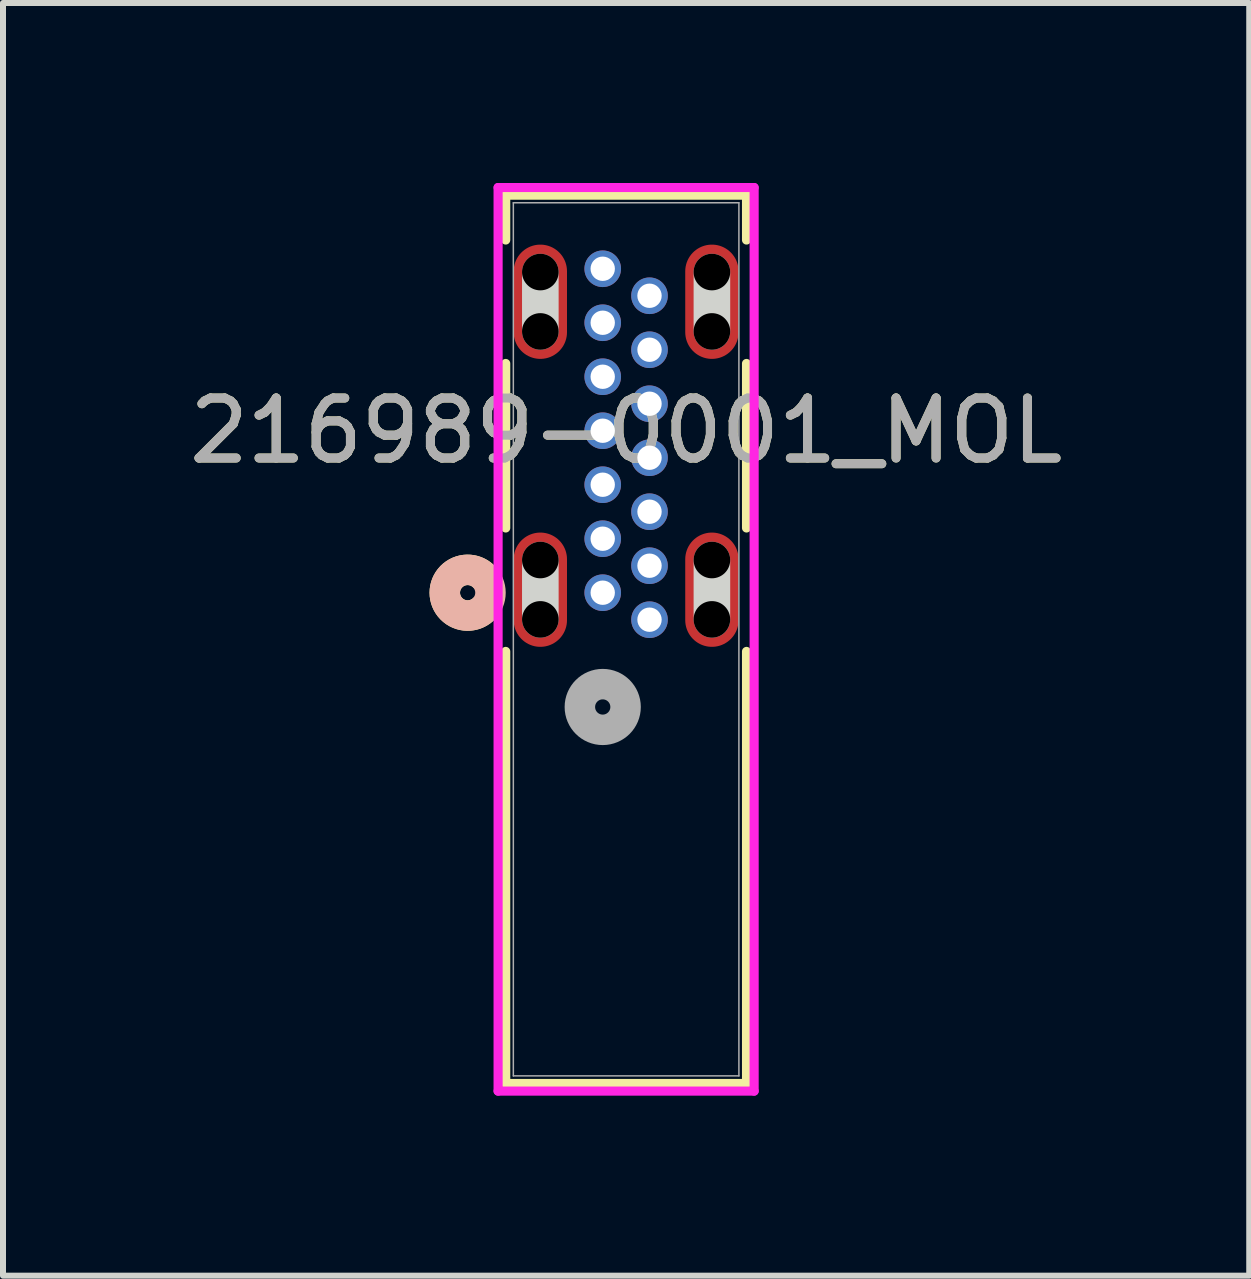
<source format=kicad_pcb>
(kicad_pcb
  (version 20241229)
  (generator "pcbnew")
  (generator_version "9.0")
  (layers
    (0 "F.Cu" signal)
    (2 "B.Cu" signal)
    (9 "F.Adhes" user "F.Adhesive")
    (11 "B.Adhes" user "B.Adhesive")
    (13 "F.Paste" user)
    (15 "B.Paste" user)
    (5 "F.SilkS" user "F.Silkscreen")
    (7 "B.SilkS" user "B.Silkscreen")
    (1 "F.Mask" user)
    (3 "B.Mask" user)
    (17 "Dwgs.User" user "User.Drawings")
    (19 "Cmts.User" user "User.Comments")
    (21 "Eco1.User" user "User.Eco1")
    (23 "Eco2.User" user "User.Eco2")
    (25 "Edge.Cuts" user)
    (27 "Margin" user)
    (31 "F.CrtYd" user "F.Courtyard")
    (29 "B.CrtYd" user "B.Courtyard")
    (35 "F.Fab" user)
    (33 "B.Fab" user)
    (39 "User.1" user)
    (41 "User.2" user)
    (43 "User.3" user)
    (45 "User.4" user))
  (footprint "216989-0001_MOL"
    (layer "F.Cu")
    (at 6.997 6.83)
    (property "Reference" "216989-0001_MOL" (at 0.39 -2.7 0) (unlocked yes) (layer "F.SilkS") (effects (font (size 1 1) (thickness 0.15))))
    (attr through_hole)
    (fp_line (start -1.617 -6.627) (end -1.617 -5.879) (stroke (width 0.152) (type solid)) (layer "F.SilkS"))
    (fp_line (start -1.617 -3.821) (end -1.617 -1.079) (stroke (width 0.152) (type solid)) (layer "F.SilkS"))
    (fp_line (start -1.617 0.979) (end -1.617 8.181) (stroke (width 0.152) (type solid)) (layer "F.SilkS"))
    (fp_line (start -1.617 8.181) (end 2.397 8.181) (stroke (width 0.152) (type solid)) (layer "F.SilkS"))
    (fp_line (start 2.397 -6.627) (end -1.617 -6.627) (stroke (width 0.152) (type solid)) (layer "F.SilkS"))
    (fp_line (start 2.397 -5.879) (end 2.397 -6.627) (stroke (width 0.152) (type solid)) (layer "F.SilkS"))
    (fp_line (start 2.397 -1.079) (end 2.397 -3.821) (stroke (width 0.152) (type solid)) (layer "F.SilkS"))
    (fp_line (start 2.397 8.181) (end 2.397 0.979) (stroke (width 0.152) (type solid)) (layer "F.SilkS"))
    (fp_arc (start -1.99504 0.28167) (mid -2.6326 0) (end -1.99504 -0.28167) (stroke (width 0.508) (type solid)) (layer "F.SilkS"))
    (fp_circle (center -2.252 0) (end -1.871 0) (stroke (width 0.508) (type solid)) (fill no) (layer "B.SilkS"))
    (fp_line (start -1.04 -4.355) (end -1.04 -5.345) (stroke (width 0.61) (type solid)) (layer "Edge.Cuts"))
    (fp_line (start -1.04 0.445) (end -1.04 -0.545) (stroke (width 0.61) (type solid)) (layer "Edge.Cuts"))
    (fp_line (start 1.82 -4.355) (end 1.82 -5.345) (stroke (width 0.61) (type solid)) (layer "Edge.Cuts"))
    (fp_line (start 1.82 0.445) (end 1.82 -0.545) (stroke (width 0.61) (type solid)) (layer "Edge.Cuts"))
    (fp_line (start -1.744 -6.754) (end -1.744 8.308) (stroke (width 0.152) (type solid)) (layer "F.CrtYd"))
    (fp_line (start -1.744 8.308) (end 2.524 8.308) (stroke (width 0.152) (type solid)) (layer "F.CrtYd"))
    (fp_line (start 2.524 -6.754) (end -1.744 -6.754) (stroke (width 0.152) (type solid)) (layer "F.CrtYd"))
    (fp_line (start 2.524 8.308) (end 2.524 -6.754) (stroke (width 0.152) (type solid)) (layer "F.CrtYd"))
    (fp_line (start -1.49 -6.5) (end -1.49 8.054) (stroke (width 0.025) (type solid)) (layer "F.Fab"))
    (fp_line (start -1.49 8.054) (end 2.27 8.054) (stroke (width 0.025) (type solid)) (layer "F.Fab"))
    (fp_line (start 2.27 -6.5) (end -1.49 -6.5) (stroke (width 0.025) (type solid)) (layer "F.Fab"))
    (fp_line (start 2.27 8.054) (end 2.27 -6.5) (stroke (width 0.025) (type solid)) (layer "F.Fab"))
    (fp_circle (center 0 1.905) (end 0.381 1.905) (stroke (width 0.508) (type solid)) (fill no) (layer "F.Fab"))
    (fp_text user "${REFERENCE}" (at 0.39 -2.7 0) (unlocked yes) (layer "F.Fab") (effects (font (size 1 1) (thickness 0.15))))
    (pad "" np_thru_hole circle (at -1.04 -5.345) (size 0.61 0.61) (drill 0.61) (layers))
    (pad "" np_thru_hole circle (at -1.04 -4.355) (size 0.61 0.61) (drill 0.61) (layers))
    (pad "" np_thru_hole circle (at -1.04 -0.545) (size 0.61 0.61) (drill 0.61) (layers))
    (pad "" np_thru_hole circle (at -1.04 0.445) (size 0.61 0.61) (drill 0.61) (layers))
    (pad "" np_thru_hole circle (at 1.82 -5.345) (size 0.61 0.61) (drill 0.61) (layers))
    (pad "" np_thru_hole circle (at 1.82 -4.355) (size 0.61 0.61) (drill 0.61) (layers))
    (pad "" np_thru_hole circle (at 1.82 -0.545) (size 0.61 0.61) (drill 0.61) (layers))
    (pad "" np_thru_hole circle (at 1.82 0.445) (size 0.61 0.61) (drill 0.61) (layers))
    (pad "15" smd oval (at -1.04 -4.85) (size 0.889 1.905) (layers "F.Cu" "F.Mask" "F.Paste"))
    (pad "16" smd oval (at 1.82 -4.85) (size 0.889 1.905) (layers "F.Cu" "F.Mask" "F.Paste"))
    (pad "17" smd oval (at -1.04 -0.05) (size 0.889 1.905) (layers "F.Cu" "F.Mask" "F.Paste"))
    (pad "18" smd oval (at 1.82 -0.05) (size 0.889 1.905) (layers "F.Cu" "F.Mask" "F.Paste"))
    (pad "A1" thru_hole circle (at 0 0) (size 0.61 0.61) (drill 0.406) (layers "*.Cu" "*.Mask"))
    (pad "A4" thru_hole circle (at 0 -0.9) (size 0.61 0.61) (drill 0.406) (layers "*.Cu" "*.Mask"))
    (pad "A5" thru_hole circle (at 0 -1.8) (size 0.61 0.61) (drill 0.406) (layers "*.Cu" "*.Mask"))
    (pad "A6" thru_hole circle (at 0 -2.7) (size 0.61 0.61) (drill 0.406) (layers "*.Cu" "*.Mask"))
    (pad "A7" thru_hole circle (at 0 -3.6) (size 0.61 0.61) (drill 0.406) (layers "*.Cu" "*.Mask"))
    (pad "A9" thru_hole circle (at 0 -4.5) (size 0.61 0.61) (drill 0.406) (layers "*.Cu" "*.Mask"))
    (pad "A12" thru_hole circle (at 0 -5.4) (size 0.61 0.61) (drill 0.406) (layers "*.Cu" "*.Mask"))
    (pad "B1" thru_hole circle (at 0.78 -4.95) (size 0.61 0.61) (drill 0.406) (layers "*.Cu" "*.Mask"))
    (pad "B4" thru_hole circle (at 0.78 -4.05) (size 0.61 0.61) (drill 0.406) (layers "*.Cu" "*.Mask"))
    (pad "B5" thru_hole circle (at 0.78 -3.15) (size 0.61 0.61) (drill 0.406) (layers "*.Cu" "*.Mask"))
    (pad "B6" thru_hole circle (at 0.78 -2.25) (size 0.61 0.61) (drill 0.406) (layers "*.Cu" "*.Mask"))
    (pad "B7" thru_hole circle (at 0.78 -1.35) (size 0.61 0.61) (drill 0.406) (layers "*.Cu" "*.Mask"))
    (pad "B9" thru_hole circle (at 0.78 -0.45) (size 0.61 0.61) (drill 0.406) (layers "*.Cu" "*.Mask"))
    (pad "B12" thru_hole circle (at 0.78 0.45) (size 0.61 0.61) (drill 0.406) (layers "*.Cu" "*.Mask")))
  (gr_rect
    (start -3 -3)
    (end 17.774 18.215)
    (stroke (width 0.1) (type default))
    (fill no)
    (layer "Edge.Cuts")))
</source>
